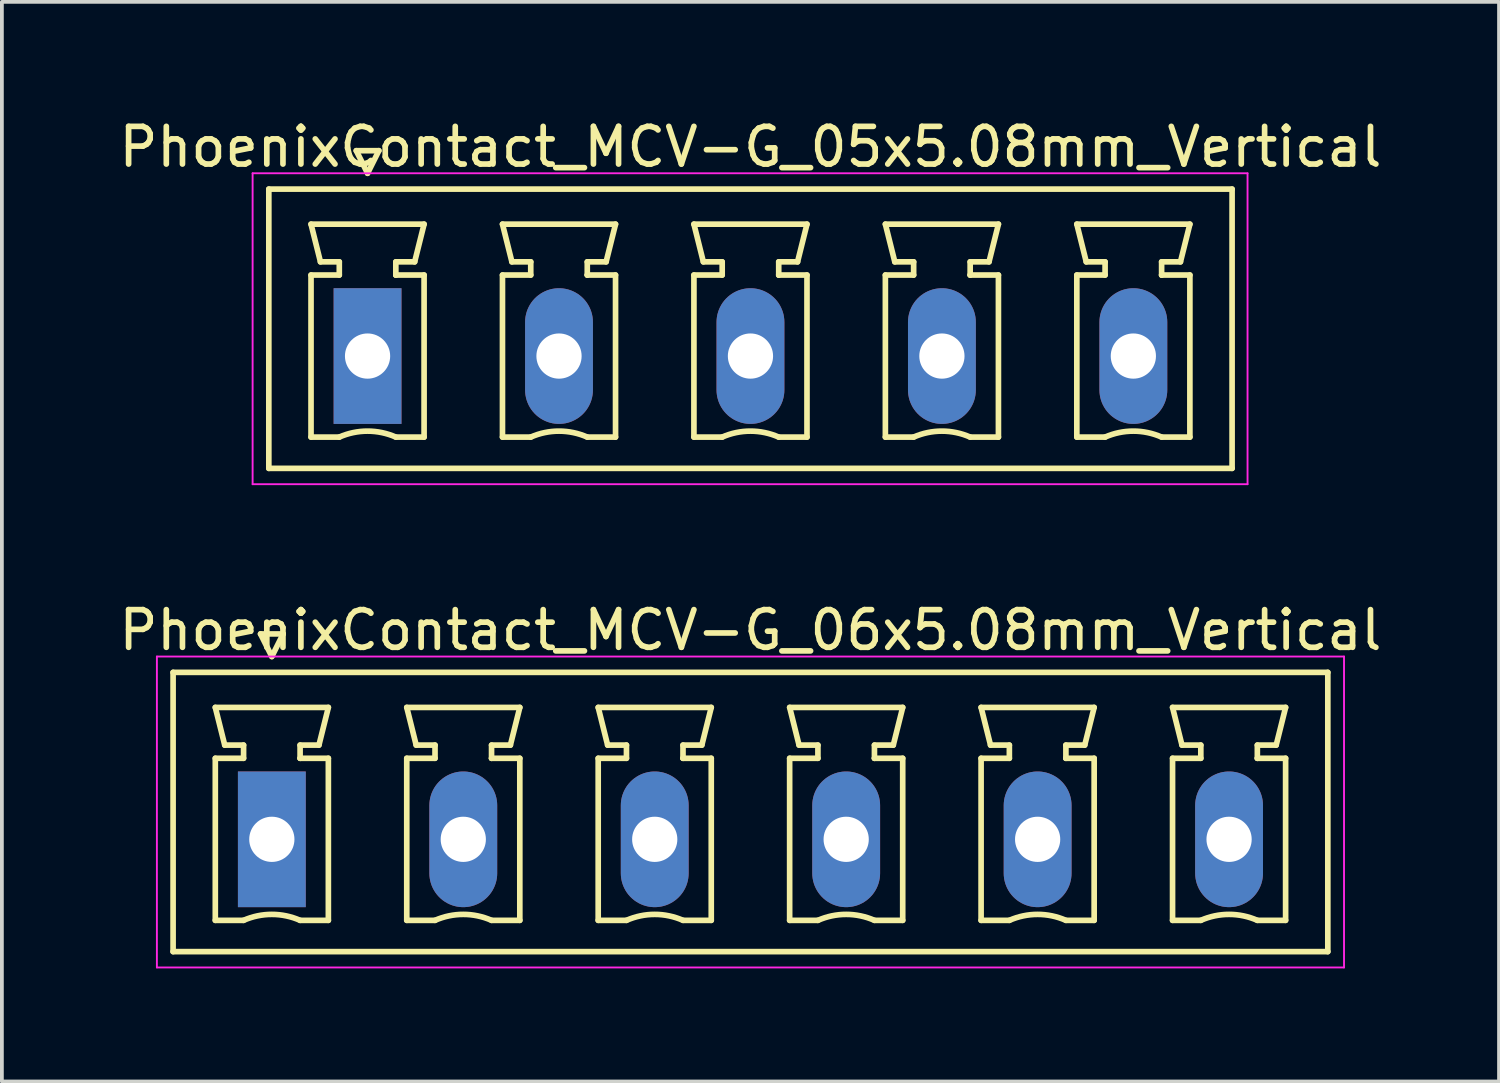
<source format=kicad_pcb>
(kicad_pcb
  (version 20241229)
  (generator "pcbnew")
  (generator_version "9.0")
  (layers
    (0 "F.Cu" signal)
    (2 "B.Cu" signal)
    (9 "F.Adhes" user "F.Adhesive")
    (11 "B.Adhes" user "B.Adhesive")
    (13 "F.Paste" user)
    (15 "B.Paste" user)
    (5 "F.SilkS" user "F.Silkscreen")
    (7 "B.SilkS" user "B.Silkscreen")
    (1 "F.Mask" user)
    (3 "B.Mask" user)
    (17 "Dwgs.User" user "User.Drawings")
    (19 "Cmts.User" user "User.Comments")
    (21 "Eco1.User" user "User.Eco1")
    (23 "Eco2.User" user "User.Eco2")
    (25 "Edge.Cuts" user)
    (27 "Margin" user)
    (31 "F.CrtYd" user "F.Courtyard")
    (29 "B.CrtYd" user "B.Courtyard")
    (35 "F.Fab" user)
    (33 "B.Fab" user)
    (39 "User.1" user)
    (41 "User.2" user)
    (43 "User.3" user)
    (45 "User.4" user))
  (footprint "PhoenixContact_MCV-G_05x5.08mm_Vertical"
    (layer "F.Cu")
    (at 6.703 6.398)
    (property "Reference" "PhoenixContact_MCV-G_05x5.08mm_Vertical" (at 10.16 -5.55 0) (layer "F.SilkS") (effects (font (size 1 1) (thickness 0.15))))
    (attr through_hole)
    (fp_line (start -2.62 -4.43) (end -2.62 2.98) (stroke (width 0.15) (type solid)) (layer "F.SilkS"))
    (fp_line (start -2.62 2.98) (end 22.94 2.98) (stroke (width 0.15) (type solid)) (layer "F.SilkS"))
    (fp_line (start -1.5 -3.5) (end 1.5 -3.5) (stroke (width 0.15) (type solid)) (layer "F.SilkS"))
    (fp_line (start -1.5 -2.15) (end -0.75 -2.15) (stroke (width 0.15) (type solid)) (layer "F.SilkS"))
    (fp_line (start -1.5 2.15) (end -1.5 -2.15) (stroke (width 0.15) (type solid)) (layer "F.SilkS"))
    (fp_line (start -1.25 -2.5) (end -1.5 -3.5) (stroke (width 0.15) (type solid)) (layer "F.SilkS"))
    (fp_line (start -0.75 -2.5) (end -1.25 -2.5) (stroke (width 0.15) (type solid)) (layer "F.SilkS"))
    (fp_line (start -0.75 -2.15) (end -0.75 -2.5) (stroke (width 0.15) (type solid)) (layer "F.SilkS"))
    (fp_line (start -0.75 2.15) (end -1.5 2.15) (stroke (width 0.15) (type solid)) (layer "F.SilkS"))
    (fp_line (start -0.3 -5.45) (end 0 -4.85) (stroke (width 0.15) (type solid)) (layer "F.SilkS"))
    (fp_line (start 0 -4.85) (end 0.3 -5.45) (stroke (width 0.15) (type solid)) (layer "F.SilkS"))
    (fp_line (start 0.3 -5.45) (end -0.3 -5.45) (stroke (width 0.15) (type solid)) (layer "F.SilkS"))
    (fp_line (start 0.75 -2.5) (end 0.75 -2.15) (stroke (width 0.15) (type solid)) (layer "F.SilkS"))
    (fp_line (start 0.75 -2.15) (end 0.75 -2.15) (stroke (width 0.15) (type solid)) (layer "F.SilkS"))
    (fp_line (start 0.75 -2.15) (end 1.5 -2.15) (stroke (width 0.15) (type solid)) (layer "F.SilkS"))
    (fp_line (start 1.25 -2.5) (end 0.75 -2.5) (stroke (width 0.15) (type solid)) (layer "F.SilkS"))
    (fp_line (start 1.5 -3.5) (end 1.25 -2.5) (stroke (width 0.15) (type solid)) (layer "F.SilkS"))
    (fp_line (start 1.5 -2.15) (end 1.5 2.15) (stroke (width 0.15) (type solid)) (layer "F.SilkS"))
    (fp_line (start 1.5 2.15) (end 0.75 2.15) (stroke (width 0.15) (type solid)) (layer "F.SilkS"))
    (fp_line (start 3.58 -3.5) (end 6.58 -3.5) (stroke (width 0.15) (type solid)) (layer "F.SilkS"))
    (fp_line (start 3.58 -2.15) (end 4.33 -2.15) (stroke (width 0.15) (type solid)) (layer "F.SilkS"))
    (fp_line (start 3.58 2.15) (end 3.58 -2.15) (stroke (width 0.15) (type solid)) (layer "F.SilkS"))
    (fp_line (start 3.83 -2.5) (end 3.58 -3.5) (stroke (width 0.15) (type solid)) (layer "F.SilkS"))
    (fp_line (start 4.33 -2.5) (end 3.83 -2.5) (stroke (width 0.15) (type solid)) (layer "F.SilkS"))
    (fp_line (start 4.33 -2.15) (end 4.33 -2.5) (stroke (width 0.15) (type solid)) (layer "F.SilkS"))
    (fp_line (start 4.33 2.15) (end 3.58 2.15) (stroke (width 0.15) (type solid)) (layer "F.SilkS"))
    (fp_line (start 5.83 -2.5) (end 5.83 -2.15) (stroke (width 0.15) (type solid)) (layer "F.SilkS"))
    (fp_line (start 5.83 -2.15) (end 5.83 -2.15) (stroke (width 0.15) (type solid)) (layer "F.SilkS"))
    (fp_line (start 5.83 -2.15) (end 6.58 -2.15) (stroke (width 0.15) (type solid)) (layer "F.SilkS"))
    (fp_line (start 6.33 -2.5) (end 5.83 -2.5) (stroke (width 0.15) (type solid)) (layer "F.SilkS"))
    (fp_line (start 6.58 -3.5) (end 6.33 -2.5) (stroke (width 0.15) (type solid)) (layer "F.SilkS"))
    (fp_line (start 6.58 -2.15) (end 6.58 2.15) (stroke (width 0.15) (type solid)) (layer "F.SilkS"))
    (fp_line (start 6.58 2.15) (end 5.83 2.15) (stroke (width 0.15) (type solid)) (layer "F.SilkS"))
    (fp_line (start 8.66 -3.5) (end 11.66 -3.5) (stroke (width 0.15) (type solid)) (layer "F.SilkS"))
    (fp_line (start 8.66 -2.15) (end 9.41 -2.15) (stroke (width 0.15) (type solid)) (layer "F.SilkS"))
    (fp_line (start 8.66 2.15) (end 8.66 -2.15) (stroke (width 0.15) (type solid)) (layer "F.SilkS"))
    (fp_line (start 8.91 -2.5) (end 8.66 -3.5) (stroke (width 0.15) (type solid)) (layer "F.SilkS"))
    (fp_line (start 9.41 -2.5) (end 8.91 -2.5) (stroke (width 0.15) (type solid)) (layer "F.SilkS"))
    (fp_line (start 9.41 -2.15) (end 9.41 -2.5) (stroke (width 0.15) (type solid)) (layer "F.SilkS"))
    (fp_line (start 9.41 2.15) (end 8.66 2.15) (stroke (width 0.15) (type solid)) (layer "F.SilkS"))
    (fp_line (start 10.91 -2.5) (end 10.91 -2.15) (stroke (width 0.15) (type solid)) (layer "F.SilkS"))
    (fp_line (start 10.91 -2.15) (end 10.91 -2.15) (stroke (width 0.15) (type solid)) (layer "F.SilkS"))
    (fp_line (start 10.91 -2.15) (end 11.66 -2.15) (stroke (width 0.15) (type solid)) (layer "F.SilkS"))
    (fp_line (start 11.41 -2.5) (end 10.91 -2.5) (stroke (width 0.15) (type solid)) (layer "F.SilkS"))
    (fp_line (start 11.66 -3.5) (end 11.41 -2.5) (stroke (width 0.15) (type solid)) (layer "F.SilkS"))
    (fp_line (start 11.66 -2.15) (end 11.66 2.15) (stroke (width 0.15) (type solid)) (layer "F.SilkS"))
    (fp_line (start 11.66 2.15) (end 10.91 2.15) (stroke (width 0.15) (type solid)) (layer "F.SilkS"))
    (fp_line (start 13.74 -3.5) (end 16.74 -3.5) (stroke (width 0.15) (type solid)) (layer "F.SilkS"))
    (fp_line (start 13.74 -2.15) (end 14.49 -2.15) (stroke (width 0.15) (type solid)) (layer "F.SilkS"))
    (fp_line (start 13.74 2.15) (end 13.74 -2.15) (stroke (width 0.15) (type solid)) (layer "F.SilkS"))
    (fp_line (start 13.99 -2.5) (end 13.74 -3.5) (stroke (width 0.15) (type solid)) (layer "F.SilkS"))
    (fp_line (start 14.49 -2.5) (end 13.99 -2.5) (stroke (width 0.15) (type solid)) (layer "F.SilkS"))
    (fp_line (start 14.49 -2.15) (end 14.49 -2.5) (stroke (width 0.15) (type solid)) (layer "F.SilkS"))
    (fp_line (start 14.49 2.15) (end 13.74 2.15) (stroke (width 0.15) (type solid)) (layer "F.SilkS"))
    (fp_line (start 15.99 -2.5) (end 15.99 -2.15) (stroke (width 0.15) (type solid)) (layer "F.SilkS"))
    (fp_line (start 15.99 -2.15) (end 15.99 -2.15) (stroke (width 0.15) (type solid)) (layer "F.SilkS"))
    (fp_line (start 15.99 -2.15) (end 16.74 -2.15) (stroke (width 0.15) (type solid)) (layer "F.SilkS"))
    (fp_line (start 16.49 -2.5) (end 15.99 -2.5) (stroke (width 0.15) (type solid)) (layer "F.SilkS"))
    (fp_line (start 16.74 -3.5) (end 16.49 -2.5) (stroke (width 0.15) (type solid)) (layer "F.SilkS"))
    (fp_line (start 16.74 -2.15) (end 16.74 2.15) (stroke (width 0.15) (type solid)) (layer "F.SilkS"))
    (fp_line (start 16.74 2.15) (end 15.99 2.15) (stroke (width 0.15) (type solid)) (layer "F.SilkS"))
    (fp_line (start 18.82 -3.5) (end 21.82 -3.5) (stroke (width 0.15) (type solid)) (layer "F.SilkS"))
    (fp_line (start 18.82 -2.15) (end 19.57 -2.15) (stroke (width 0.15) (type solid)) (layer "F.SilkS"))
    (fp_line (start 18.82 2.15) (end 18.82 -2.15) (stroke (width 0.15) (type solid)) (layer "F.SilkS"))
    (fp_line (start 19.07 -2.5) (end 18.82 -3.5) (stroke (width 0.15) (type solid)) (layer "F.SilkS"))
    (fp_line (start 19.57 -2.5) (end 19.07 -2.5) (stroke (width 0.15) (type solid)) (layer "F.SilkS"))
    (fp_line (start 19.57 -2.15) (end 19.57 -2.5) (stroke (width 0.15) (type solid)) (layer "F.SilkS"))
    (fp_line (start 19.57 2.15) (end 18.82 2.15) (stroke (width 0.15) (type solid)) (layer "F.SilkS"))
    (fp_line (start 21.07 -2.5) (end 21.07 -2.15) (stroke (width 0.15) (type solid)) (layer "F.SilkS"))
    (fp_line (start 21.07 -2.15) (end 21.07 -2.15) (stroke (width 0.15) (type solid)) (layer "F.SilkS"))
    (fp_line (start 21.07 -2.15) (end 21.82 -2.15) (stroke (width 0.15) (type solid)) (layer "F.SilkS"))
    (fp_line (start 21.57 -2.5) (end 21.07 -2.5) (stroke (width 0.15) (type solid)) (layer "F.SilkS"))
    (fp_line (start 21.82 -3.5) (end 21.57 -2.5) (stroke (width 0.15) (type solid)) (layer "F.SilkS"))
    (fp_line (start 21.82 -2.15) (end 21.82 2.15) (stroke (width 0.15) (type solid)) (layer "F.SilkS"))
    (fp_line (start 21.82 2.15) (end 21.07 2.15) (stroke (width 0.15) (type solid)) (layer "F.SilkS"))
    (fp_line (start 22.94 -4.43) (end -2.62 -4.43) (stroke (width 0.15) (type solid)) (layer "F.SilkS"))
    (fp_line (start 22.94 2.98) (end 22.94 -4.43) (stroke (width 0.15) (type solid)) (layer "F.SilkS"))
    (fp_arc (start -0.75 2.15) (mid -0.000193 1.99191) (end 0.749647 2.149844) (stroke (width 0.15) (type solid)) (layer "F.SilkS"))
    (fp_arc (start 4.33 2.15) (mid 5.079807 1.99191) (end 5.829647 2.149844) (stroke (width 0.15) (type solid)) (layer "F.SilkS"))
    (fp_arc (start 9.41 2.15) (mid 10.159807 1.99191) (end 10.909647 2.149844) (stroke (width 0.15) (type solid)) (layer "F.SilkS"))
    (fp_arc (start 14.49 2.15) (mid 15.239807 1.99191) (end 15.989647 2.149844) (stroke (width 0.15) (type solid)) (layer "F.SilkS"))
    (fp_arc (start 19.57 2.15) (mid 20.319807 1.99191) (end 21.069647 2.149844) (stroke (width 0.15) (type solid)) (layer "F.SilkS"))
    (fp_line (start -3.05 -4.85) (end -3.05 3.4) (stroke (width 0.05) (type solid)) (layer "F.CrtYd"))
    (fp_line (start -3.05 3.4) (end 23.35 3.4) (stroke (width 0.05) (type solid)) (layer "F.CrtYd"))
    (fp_line (start 23.35 -4.85) (end -3.05 -4.85) (stroke (width 0.05) (type solid)) (layer "F.CrtYd"))
    (fp_line (start 23.35 3.4) (end 23.35 -4.85) (stroke (width 0.05) (type solid)) (layer "F.CrtYd"))
    (pad "1" thru_hole rect (at 0 0) (size 1.8 3.6) (drill 1.2) (layers "*.Cu" "*.Mask"))
    (pad "2" thru_hole oval (at 5.08 0) (size 1.8 3.6) (drill 1.2) (layers "*.Cu" "*.Mask"))
    (pad "3" thru_hole oval (at 10.16 0) (size 1.8 3.6) (drill 1.2) (layers "*.Cu" "*.Mask"))
    (pad "4" thru_hole oval (at 15.24 0) (size 1.8 3.6) (drill 1.2) (layers "*.Cu" "*.Mask"))
    (pad "5" thru_hole oval (at 20.32 0) (size 1.8 3.6) (drill 1.2) (layers "*.Cu" "*.Mask")))
  (footprint "PhoenixContact_MCV-G_06x5.08mm_Vertical"
    (layer "F.Cu")
    (at 4.163 19.221)
    (property "Reference" "PhoenixContact_MCV-G_06x5.08mm_Vertical" (at 12.7 -5.55 0) (layer "F.SilkS") (effects (font (size 1 1) (thickness 0.15))))
    (attr through_hole)
    (fp_line (start -2.62 -4.43) (end -2.62 2.98) (stroke (width 0.15) (type solid)) (layer "F.SilkS"))
    (fp_line (start -2.62 2.98) (end 28.02 2.98) (stroke (width 0.15) (type solid)) (layer "F.SilkS"))
    (fp_line (start -1.5 -3.5) (end 1.5 -3.5) (stroke (width 0.15) (type solid)) (layer "F.SilkS"))
    (fp_line (start -1.5 -2.15) (end -0.75 -2.15) (stroke (width 0.15) (type solid)) (layer "F.SilkS"))
    (fp_line (start -1.5 2.15) (end -1.5 -2.15) (stroke (width 0.15) (type solid)) (layer "F.SilkS"))
    (fp_line (start -1.25 -2.5) (end -1.5 -3.5) (stroke (width 0.15) (type solid)) (layer "F.SilkS"))
    (fp_line (start -0.75 -2.5) (end -1.25 -2.5) (stroke (width 0.15) (type solid)) (layer "F.SilkS"))
    (fp_line (start -0.75 -2.15) (end -0.75 -2.5) (stroke (width 0.15) (type solid)) (layer "F.SilkS"))
    (fp_line (start -0.75 2.15) (end -1.5 2.15) (stroke (width 0.15) (type solid)) (layer "F.SilkS"))
    (fp_line (start -0.3 -5.45) (end 0 -4.85) (stroke (width 0.15) (type solid)) (layer "F.SilkS"))
    (fp_line (start 0 -4.85) (end 0.3 -5.45) (stroke (width 0.15) (type solid)) (layer "F.SilkS"))
    (fp_line (start 0.3 -5.45) (end -0.3 -5.45) (stroke (width 0.15) (type solid)) (layer "F.SilkS"))
    (fp_line (start 0.75 -2.5) (end 0.75 -2.15) (stroke (width 0.15) (type solid)) (layer "F.SilkS"))
    (fp_line (start 0.75 -2.15) (end 0.75 -2.15) (stroke (width 0.15) (type solid)) (layer "F.SilkS"))
    (fp_line (start 0.75 -2.15) (end 1.5 -2.15) (stroke (width 0.15) (type solid)) (layer "F.SilkS"))
    (fp_line (start 1.25 -2.5) (end 0.75 -2.5) (stroke (width 0.15) (type solid)) (layer "F.SilkS"))
    (fp_line (start 1.5 -3.5) (end 1.25 -2.5) (stroke (width 0.15) (type solid)) (layer "F.SilkS"))
    (fp_line (start 1.5 -2.15) (end 1.5 2.15) (stroke (width 0.15) (type solid)) (layer "F.SilkS"))
    (fp_line (start 1.5 2.15) (end 0.75 2.15) (stroke (width 0.15) (type solid)) (layer "F.SilkS"))
    (fp_line (start 3.58 -3.5) (end 6.58 -3.5) (stroke (width 0.15) (type solid)) (layer "F.SilkS"))
    (fp_line (start 3.58 -2.15) (end 4.33 -2.15) (stroke (width 0.15) (type solid)) (layer "F.SilkS"))
    (fp_line (start 3.58 2.15) (end 3.58 -2.15) (stroke (width 0.15) (type solid)) (layer "F.SilkS"))
    (fp_line (start 3.83 -2.5) (end 3.58 -3.5) (stroke (width 0.15) (type solid)) (layer "F.SilkS"))
    (fp_line (start 4.33 -2.5) (end 3.83 -2.5) (stroke (width 0.15) (type solid)) (layer "F.SilkS"))
    (fp_line (start 4.33 -2.15) (end 4.33 -2.5) (stroke (width 0.15) (type solid)) (layer "F.SilkS"))
    (fp_line (start 4.33 2.15) (end 3.58 2.15) (stroke (width 0.15) (type solid)) (layer "F.SilkS"))
    (fp_line (start 5.83 -2.5) (end 5.83 -2.15) (stroke (width 0.15) (type solid)) (layer "F.SilkS"))
    (fp_line (start 5.83 -2.15) (end 5.83 -2.15) (stroke (width 0.15) (type solid)) (layer "F.SilkS"))
    (fp_line (start 5.83 -2.15) (end 6.58 -2.15) (stroke (width 0.15) (type solid)) (layer "F.SilkS"))
    (fp_line (start 6.33 -2.5) (end 5.83 -2.5) (stroke (width 0.15) (type solid)) (layer "F.SilkS"))
    (fp_line (start 6.58 -3.5) (end 6.33 -2.5) (stroke (width 0.15) (type solid)) (layer "F.SilkS"))
    (fp_line (start 6.58 -2.15) (end 6.58 2.15) (stroke (width 0.15) (type solid)) (layer "F.SilkS"))
    (fp_line (start 6.58 2.15) (end 5.83 2.15) (stroke (width 0.15) (type solid)) (layer "F.SilkS"))
    (fp_line (start 8.66 -3.5) (end 11.66 -3.5) (stroke (width 0.15) (type solid)) (layer "F.SilkS"))
    (fp_line (start 8.66 -2.15) (end 9.41 -2.15) (stroke (width 0.15) (type solid)) (layer "F.SilkS"))
    (fp_line (start 8.66 2.15) (end 8.66 -2.15) (stroke (width 0.15) (type solid)) (layer "F.SilkS"))
    (fp_line (start 8.91 -2.5) (end 8.66 -3.5) (stroke (width 0.15) (type solid)) (layer "F.SilkS"))
    (fp_line (start 9.41 -2.5) (end 8.91 -2.5) (stroke (width 0.15) (type solid)) (layer "F.SilkS"))
    (fp_line (start 9.41 -2.15) (end 9.41 -2.5) (stroke (width 0.15) (type solid)) (layer "F.SilkS"))
    (fp_line (start 9.41 2.15) (end 8.66 2.15) (stroke (width 0.15) (type solid)) (layer "F.SilkS"))
    (fp_line (start 10.91 -2.5) (end 10.91 -2.15) (stroke (width 0.15) (type solid)) (layer "F.SilkS"))
    (fp_line (start 10.91 -2.15) (end 10.91 -2.15) (stroke (width 0.15) (type solid)) (layer "F.SilkS"))
    (fp_line (start 10.91 -2.15) (end 11.66 -2.15) (stroke (width 0.15) (type solid)) (layer "F.SilkS"))
    (fp_line (start 11.41 -2.5) (end 10.91 -2.5) (stroke (width 0.15) (type solid)) (layer "F.SilkS"))
    (fp_line (start 11.66 -3.5) (end 11.41 -2.5) (stroke (width 0.15) (type solid)) (layer "F.SilkS"))
    (fp_line (start 11.66 -2.15) (end 11.66 2.15) (stroke (width 0.15) (type solid)) (layer "F.SilkS"))
    (fp_line (start 11.66 2.15) (end 10.91 2.15) (stroke (width 0.15) (type solid)) (layer "F.SilkS"))
    (fp_line (start 13.74 -3.5) (end 16.74 -3.5) (stroke (width 0.15) (type solid)) (layer "F.SilkS"))
    (fp_line (start 13.74 -2.15) (end 14.49 -2.15) (stroke (width 0.15) (type solid)) (layer "F.SilkS"))
    (fp_line (start 13.74 2.15) (end 13.74 -2.15) (stroke (width 0.15) (type solid)) (layer "F.SilkS"))
    (fp_line (start 13.99 -2.5) (end 13.74 -3.5) (stroke (width 0.15) (type solid)) (layer "F.SilkS"))
    (fp_line (start 14.49 -2.5) (end 13.99 -2.5) (stroke (width 0.15) (type solid)) (layer "F.SilkS"))
    (fp_line (start 14.49 -2.15) (end 14.49 -2.5) (stroke (width 0.15) (type solid)) (layer "F.SilkS"))
    (fp_line (start 14.49 2.15) (end 13.74 2.15) (stroke (width 0.15) (type solid)) (layer "F.SilkS"))
    (fp_line (start 15.99 -2.5) (end 15.99 -2.15) (stroke (width 0.15) (type solid)) (layer "F.SilkS"))
    (fp_line (start 15.99 -2.15) (end 15.99 -2.15) (stroke (width 0.15) (type solid)) (layer "F.SilkS"))
    (fp_line (start 15.99 -2.15) (end 16.74 -2.15) (stroke (width 0.15) (type solid)) (layer "F.SilkS"))
    (fp_line (start 16.49 -2.5) (end 15.99 -2.5) (stroke (width 0.15) (type solid)) (layer "F.SilkS"))
    (fp_line (start 16.74 -3.5) (end 16.49 -2.5) (stroke (width 0.15) (type solid)) (layer "F.SilkS"))
    (fp_line (start 16.74 -2.15) (end 16.74 2.15) (stroke (width 0.15) (type solid)) (layer "F.SilkS"))
    (fp_line (start 16.74 2.15) (end 15.99 2.15) (stroke (width 0.15) (type solid)) (layer "F.SilkS"))
    (fp_line (start 18.82 -3.5) (end 21.82 -3.5) (stroke (width 0.15) (type solid)) (layer "F.SilkS"))
    (fp_line (start 18.82 -2.15) (end 19.57 -2.15) (stroke (width 0.15) (type solid)) (layer "F.SilkS"))
    (fp_line (start 18.82 2.15) (end 18.82 -2.15) (stroke (width 0.15) (type solid)) (layer "F.SilkS"))
    (fp_line (start 19.07 -2.5) (end 18.82 -3.5) (stroke (width 0.15) (type solid)) (layer "F.SilkS"))
    (fp_line (start 19.57 -2.5) (end 19.07 -2.5) (stroke (width 0.15) (type solid)) (layer "F.SilkS"))
    (fp_line (start 19.57 -2.15) (end 19.57 -2.5) (stroke (width 0.15) (type solid)) (layer "F.SilkS"))
    (fp_line (start 19.57 2.15) (end 18.82 2.15) (stroke (width 0.15) (type solid)) (layer "F.SilkS"))
    (fp_line (start 21.07 -2.5) (end 21.07 -2.15) (stroke (width 0.15) (type solid)) (layer "F.SilkS"))
    (fp_line (start 21.07 -2.15) (end 21.07 -2.15) (stroke (width 0.15) (type solid)) (layer "F.SilkS"))
    (fp_line (start 21.07 -2.15) (end 21.82 -2.15) (stroke (width 0.15) (type solid)) (layer "F.SilkS"))
    (fp_line (start 21.57 -2.5) (end 21.07 -2.5) (stroke (width 0.15) (type solid)) (layer "F.SilkS"))
    (fp_line (start 21.82 -3.5) (end 21.57 -2.5) (stroke (width 0.15) (type solid)) (layer "F.SilkS"))
    (fp_line (start 21.82 -2.15) (end 21.82 2.15) (stroke (width 0.15) (type solid)) (layer "F.SilkS"))
    (fp_line (start 21.82 2.15) (end 21.07 2.15) (stroke (width 0.15) (type solid)) (layer "F.SilkS"))
    (fp_line (start 23.9 -3.5) (end 26.9 -3.5) (stroke (width 0.15) (type solid)) (layer "F.SilkS"))
    (fp_line (start 23.9 -2.15) (end 24.65 -2.15) (stroke (width 0.15) (type solid)) (layer "F.SilkS"))
    (fp_line (start 23.9 2.15) (end 23.9 -2.15) (stroke (width 0.15) (type solid)) (layer "F.SilkS"))
    (fp_line (start 24.15 -2.5) (end 23.9 -3.5) (stroke (width 0.15) (type solid)) (layer "F.SilkS"))
    (fp_line (start 24.65 -2.5) (end 24.15 -2.5) (stroke (width 0.15) (type solid)) (layer "F.SilkS"))
    (fp_line (start 24.65 -2.15) (end 24.65 -2.5) (stroke (width 0.15) (type solid)) (layer "F.SilkS"))
    (fp_line (start 24.65 2.15) (end 23.9 2.15) (stroke (width 0.15) (type solid)) (layer "F.SilkS"))
    (fp_line (start 26.15 -2.5) (end 26.15 -2.15) (stroke (width 0.15) (type solid)) (layer "F.SilkS"))
    (fp_line (start 26.15 -2.15) (end 26.15 -2.15) (stroke (width 0.15) (type solid)) (layer "F.SilkS"))
    (fp_line (start 26.15 -2.15) (end 26.9 -2.15) (stroke (width 0.15) (type solid)) (layer "F.SilkS"))
    (fp_line (start 26.65 -2.5) (end 26.15 -2.5) (stroke (width 0.15) (type solid)) (layer "F.SilkS"))
    (fp_line (start 26.9 -3.5) (end 26.65 -2.5) (stroke (width 0.15) (type solid)) (layer "F.SilkS"))
    (fp_line (start 26.9 -2.15) (end 26.9 2.15) (stroke (width 0.15) (type solid)) (layer "F.SilkS"))
    (fp_line (start 26.9 2.15) (end 26.15 2.15) (stroke (width 0.15) (type solid)) (layer "F.SilkS"))
    (fp_line (start 28.02 -4.43) (end -2.62 -4.43) (stroke (width 0.15) (type solid)) (layer "F.SilkS"))
    (fp_line (start 28.02 2.98) (end 28.02 -4.43) (stroke (width 0.15) (type solid)) (layer "F.SilkS"))
    (fp_arc (start -0.75 2.15) (mid -0.000193 1.99191) (end 0.749647 2.149844) (stroke (width 0.15) (type solid)) (layer "F.SilkS"))
    (fp_arc (start 4.33 2.15) (mid 5.079807 1.99191) (end 5.829647 2.149844) (stroke (width 0.15) (type solid)) (layer "F.SilkS"))
    (fp_arc (start 9.41 2.15) (mid 10.159807 1.99191) (end 10.909647 2.149844) (stroke (width 0.15) (type solid)) (layer "F.SilkS"))
    (fp_arc (start 14.49 2.15) (mid 15.239807 1.99191) (end 15.989647 2.149844) (stroke (width 0.15) (type solid)) (layer "F.SilkS"))
    (fp_arc (start 19.57 2.15) (mid 20.319807 1.99191) (end 21.069647 2.149844) (stroke (width 0.15) (type solid)) (layer "F.SilkS"))
    (fp_arc (start 24.65 2.15) (mid 25.399807 1.99191) (end 26.149647 2.149844) (stroke (width 0.15) (type solid)) (layer "F.SilkS"))
    (fp_line (start -3.05 -4.85) (end -3.05 3.4) (stroke (width 0.05) (type solid)) (layer "F.CrtYd"))
    (fp_line (start -3.05 3.4) (end 28.45 3.4) (stroke (width 0.05) (type solid)) (layer "F.CrtYd"))
    (fp_line (start 28.45 -4.85) (end -3.05 -4.85) (stroke (width 0.05) (type solid)) (layer "F.CrtYd"))
    (fp_line (start 28.45 3.4) (end 28.45 -4.85) (stroke (width 0.05) (type solid)) (layer "F.CrtYd"))
    (pad "1" thru_hole rect (at 0 0) (size 1.8 3.6) (drill 1.2) (layers "*.Cu" "*.Mask"))
    (pad "2" thru_hole oval (at 5.08 0) (size 1.8 3.6) (drill 1.2) (layers "*.Cu" "*.Mask"))
    (pad "3" thru_hole oval (at 10.16 0) (size 1.8 3.6) (drill 1.2) (layers "*.Cu" "*.Mask"))
    (pad "4" thru_hole oval (at 15.24 0) (size 1.8 3.6) (drill 1.2) (layers "*.Cu" "*.Mask"))
    (pad "5" thru_hole oval (at 20.32 0) (size 1.8 3.6) (drill 1.2) (layers "*.Cu" "*.Mask"))
    (pad "6" thru_hole oval (at 25.4 0) (size 1.8 3.6) (drill 1.2) (layers "*.Cu" "*.Mask")))
  (gr_rect
    (start -3 -3)
    (end 36.726 25.646)
    (stroke (width 0.1) (type default))
    (fill no)
    (layer "Edge.Cuts")))
</source>
